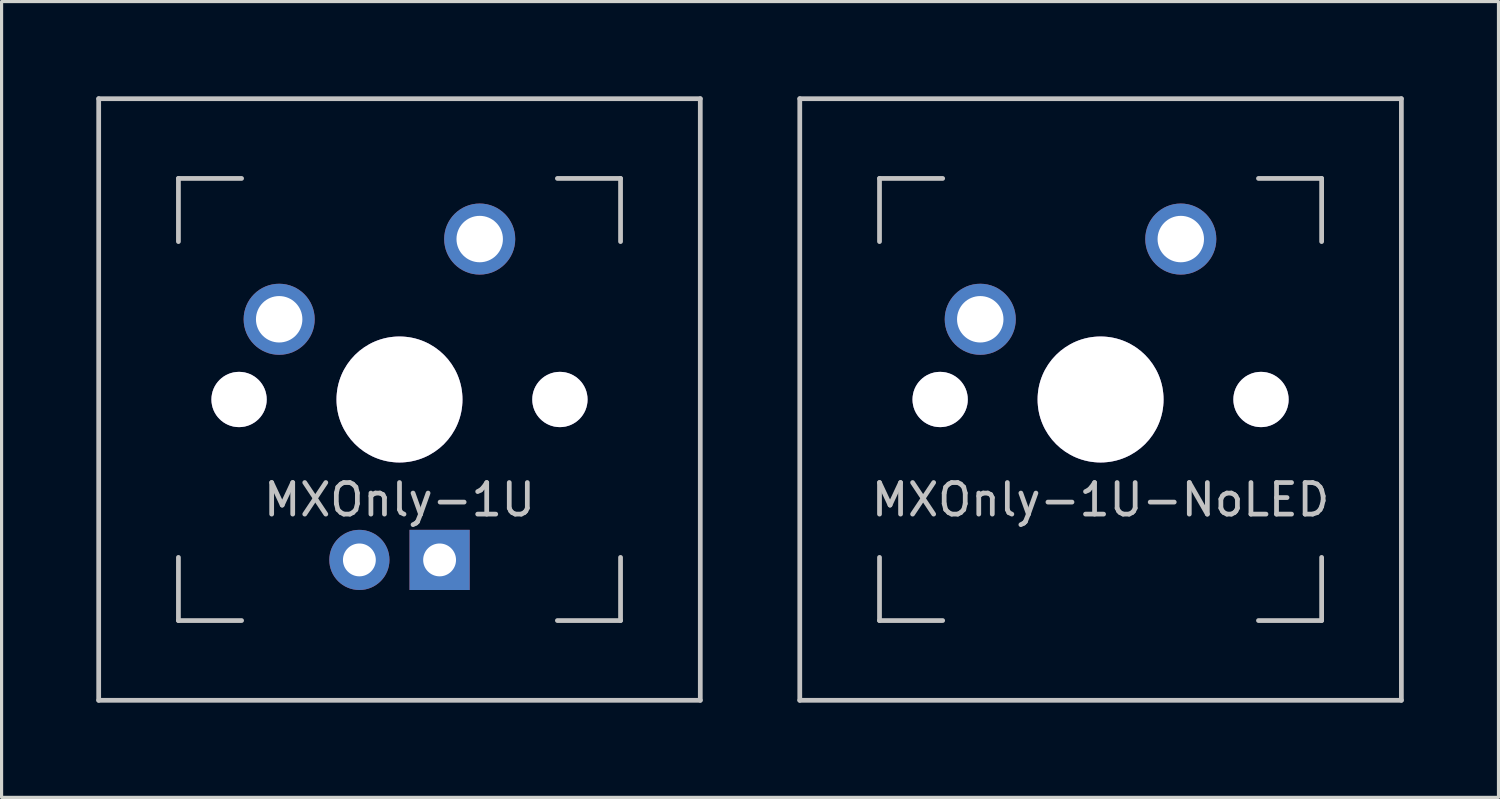
<source format=kicad_pcb>
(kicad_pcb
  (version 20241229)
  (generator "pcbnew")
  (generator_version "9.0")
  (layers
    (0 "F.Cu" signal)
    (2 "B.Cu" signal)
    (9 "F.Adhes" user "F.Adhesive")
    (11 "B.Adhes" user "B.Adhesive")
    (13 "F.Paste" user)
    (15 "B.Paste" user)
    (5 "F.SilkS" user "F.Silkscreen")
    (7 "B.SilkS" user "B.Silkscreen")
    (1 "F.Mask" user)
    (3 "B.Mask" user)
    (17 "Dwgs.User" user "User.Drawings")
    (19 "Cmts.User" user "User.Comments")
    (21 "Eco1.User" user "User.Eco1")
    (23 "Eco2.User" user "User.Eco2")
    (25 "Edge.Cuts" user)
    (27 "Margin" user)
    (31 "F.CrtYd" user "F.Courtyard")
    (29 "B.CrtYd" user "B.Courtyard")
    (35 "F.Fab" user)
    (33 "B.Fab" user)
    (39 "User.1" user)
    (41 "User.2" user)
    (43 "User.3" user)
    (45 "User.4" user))
  (footprint "MXOnly-1U-NoLED"
    (layer "F.Cu")
    (at 31.8 9.6)
    (property "Reference" "MXOnly-1U-NoLED" (at 0 3.175 0) (layer "Dwgs.User") (effects (font (size 1 1) (thickness 0.15))))
    (attr through_hole)
    (fp_line (start -9.525 -9.525) (end 9.525 -9.525) (stroke (width 0.15) (type solid)) (layer "Dwgs.User"))
    (fp_line (start -9.525 9.525) (end -9.525 -9.525) (stroke (width 0.15) (type solid)) (layer "Dwgs.User"))
    (fp_line (start -7 -7) (end -7 -5) (stroke (width 0.15) (type solid)) (layer "Dwgs.User"))
    (fp_line (start -7 5) (end -7 7) (stroke (width 0.15) (type solid)) (layer "Dwgs.User"))
    (fp_line (start -7 7) (end -5 7) (stroke (width 0.15) (type solid)) (layer "Dwgs.User"))
    (fp_line (start -5 -7) (end -7 -7) (stroke (width 0.15) (type solid)) (layer "Dwgs.User"))
    (fp_line (start 5 -7) (end 7 -7) (stroke (width 0.15) (type solid)) (layer "Dwgs.User"))
    (fp_line (start 5 7) (end 7 7) (stroke (width 0.15) (type solid)) (layer "Dwgs.User"))
    (fp_line (start 7 -7) (end 7 -5) (stroke (width 0.15) (type solid)) (layer "Dwgs.User"))
    (fp_line (start 7 7) (end 7 5) (stroke (width 0.15) (type solid)) (layer "Dwgs.User"))
    (fp_line (start 9.525 -9.525) (end 9.525 9.525) (stroke (width 0.15) (type solid)) (layer "Dwgs.User"))
    (fp_line (start 9.525 9.525) (end -9.525 9.525) (stroke (width 0.15) (type solid)) (layer "Dwgs.User"))
    (pad "" thru_hole circle (at -5.08 0 48) (size 1.75 1.75) (drill 1.75) (layers "*.Cu" "*.Mask"))
    (pad "" thru_hole circle (at 0 0) (size 3.988 3.988) (drill 3.988) (layers "*.Cu" "*.Mask"))
    (pad "" thru_hole circle (at 5.08 0 48) (size 1.75 1.75) (drill 1.75) (layers "*.Cu" "*.Mask"))
    (pad "1" thru_hole circle (at -3.81 -2.54) (size 2.25 2.25) (drill 1.47) (layers "*.Cu" "B.Mask"))
    (pad "2" thru_hole circle (at 2.54 -5.08) (size 2.25 2.25) (drill 1.47) (layers "*.Cu" "B.Mask")))
  (footprint "MXOnly-1U"
    (layer "F.Cu")
    (at 9.6 9.6)
    (property "Reference" "MXOnly-1U" (at 0 3.175 180) (layer "Dwgs.User") (effects (font (size 1 1) (thickness 0.15))))
    (attr through_hole)
    (fp_line (start -9.525 -9.525) (end 9.525 -9.525) (stroke (width 0.15) (type solid)) (layer "Dwgs.User"))
    (fp_line (start -9.525 9.525) (end -9.525 -9.525) (stroke (width 0.15) (type solid)) (layer "Dwgs.User"))
    (fp_line (start -7 -7) (end -7 -5) (stroke (width 0.15) (type solid)) (layer "Dwgs.User"))
    (fp_line (start -7 5) (end -7 7) (stroke (width 0.15) (type solid)) (layer "Dwgs.User"))
    (fp_line (start -7 7) (end -5 7) (stroke (width 0.15) (type solid)) (layer "Dwgs.User"))
    (fp_line (start -5 -7) (end -7 -7) (stroke (width 0.15) (type solid)) (layer "Dwgs.User"))
    (fp_line (start 5 -7) (end 7 -7) (stroke (width 0.15) (type solid)) (layer "Dwgs.User"))
    (fp_line (start 5 7) (end 7 7) (stroke (width 0.15) (type solid)) (layer "Dwgs.User"))
    (fp_line (start 7 -7) (end 7 -5) (stroke (width 0.15) (type solid)) (layer "Dwgs.User"))
    (fp_line (start 7 7) (end 7 5) (stroke (width 0.15) (type solid)) (layer "Dwgs.User"))
    (fp_line (start 9.525 -9.525) (end 9.525 9.525) (stroke (width 0.15) (type solid)) (layer "Dwgs.User"))
    (fp_line (start 9.525 9.525) (end -9.525 9.525) (stroke (width 0.15) (type solid)) (layer "Dwgs.User"))
    (pad "" thru_hole circle (at -5.08 0 48) (size 1.75 1.75) (drill 1.75) (layers "*.Cu" "*.Mask"))
    (pad "" thru_hole circle (at 0 0) (size 3.988 3.988) (drill 3.988) (layers "*.Cu" "*.Mask"))
    (pad "" thru_hole circle (at 5.08 0 48) (size 1.75 1.75) (drill 1.75) (layers "*.Cu" "*.Mask"))
    (pad "1" thru_hole circle (at -3.81 -2.54) (size 2.25 2.25) (drill 1.47) (layers "*.Cu" "B.Mask"))
    (pad "2" thru_hole circle (at 2.54 -5.08) (size 2.25 2.25) (drill 1.47) (layers "*.Cu" "B.Mask"))
    (pad "3" thru_hole circle (at -1.27 5.08) (size 1.905 1.905) (drill 1.04) (layers "*.Cu" "B.Mask"))
    (pad "4" thru_hole rect (at 1.27 5.08) (size 1.905 1.905) (drill 1.04) (layers "*.Cu" "B.Mask")))
  (gr_rect
    (start -3 -3)
    (end 44.4 22.2)
    (stroke (width 0.1) (type default))
    (fill no)
    (layer "Edge.Cuts")))
</source>
